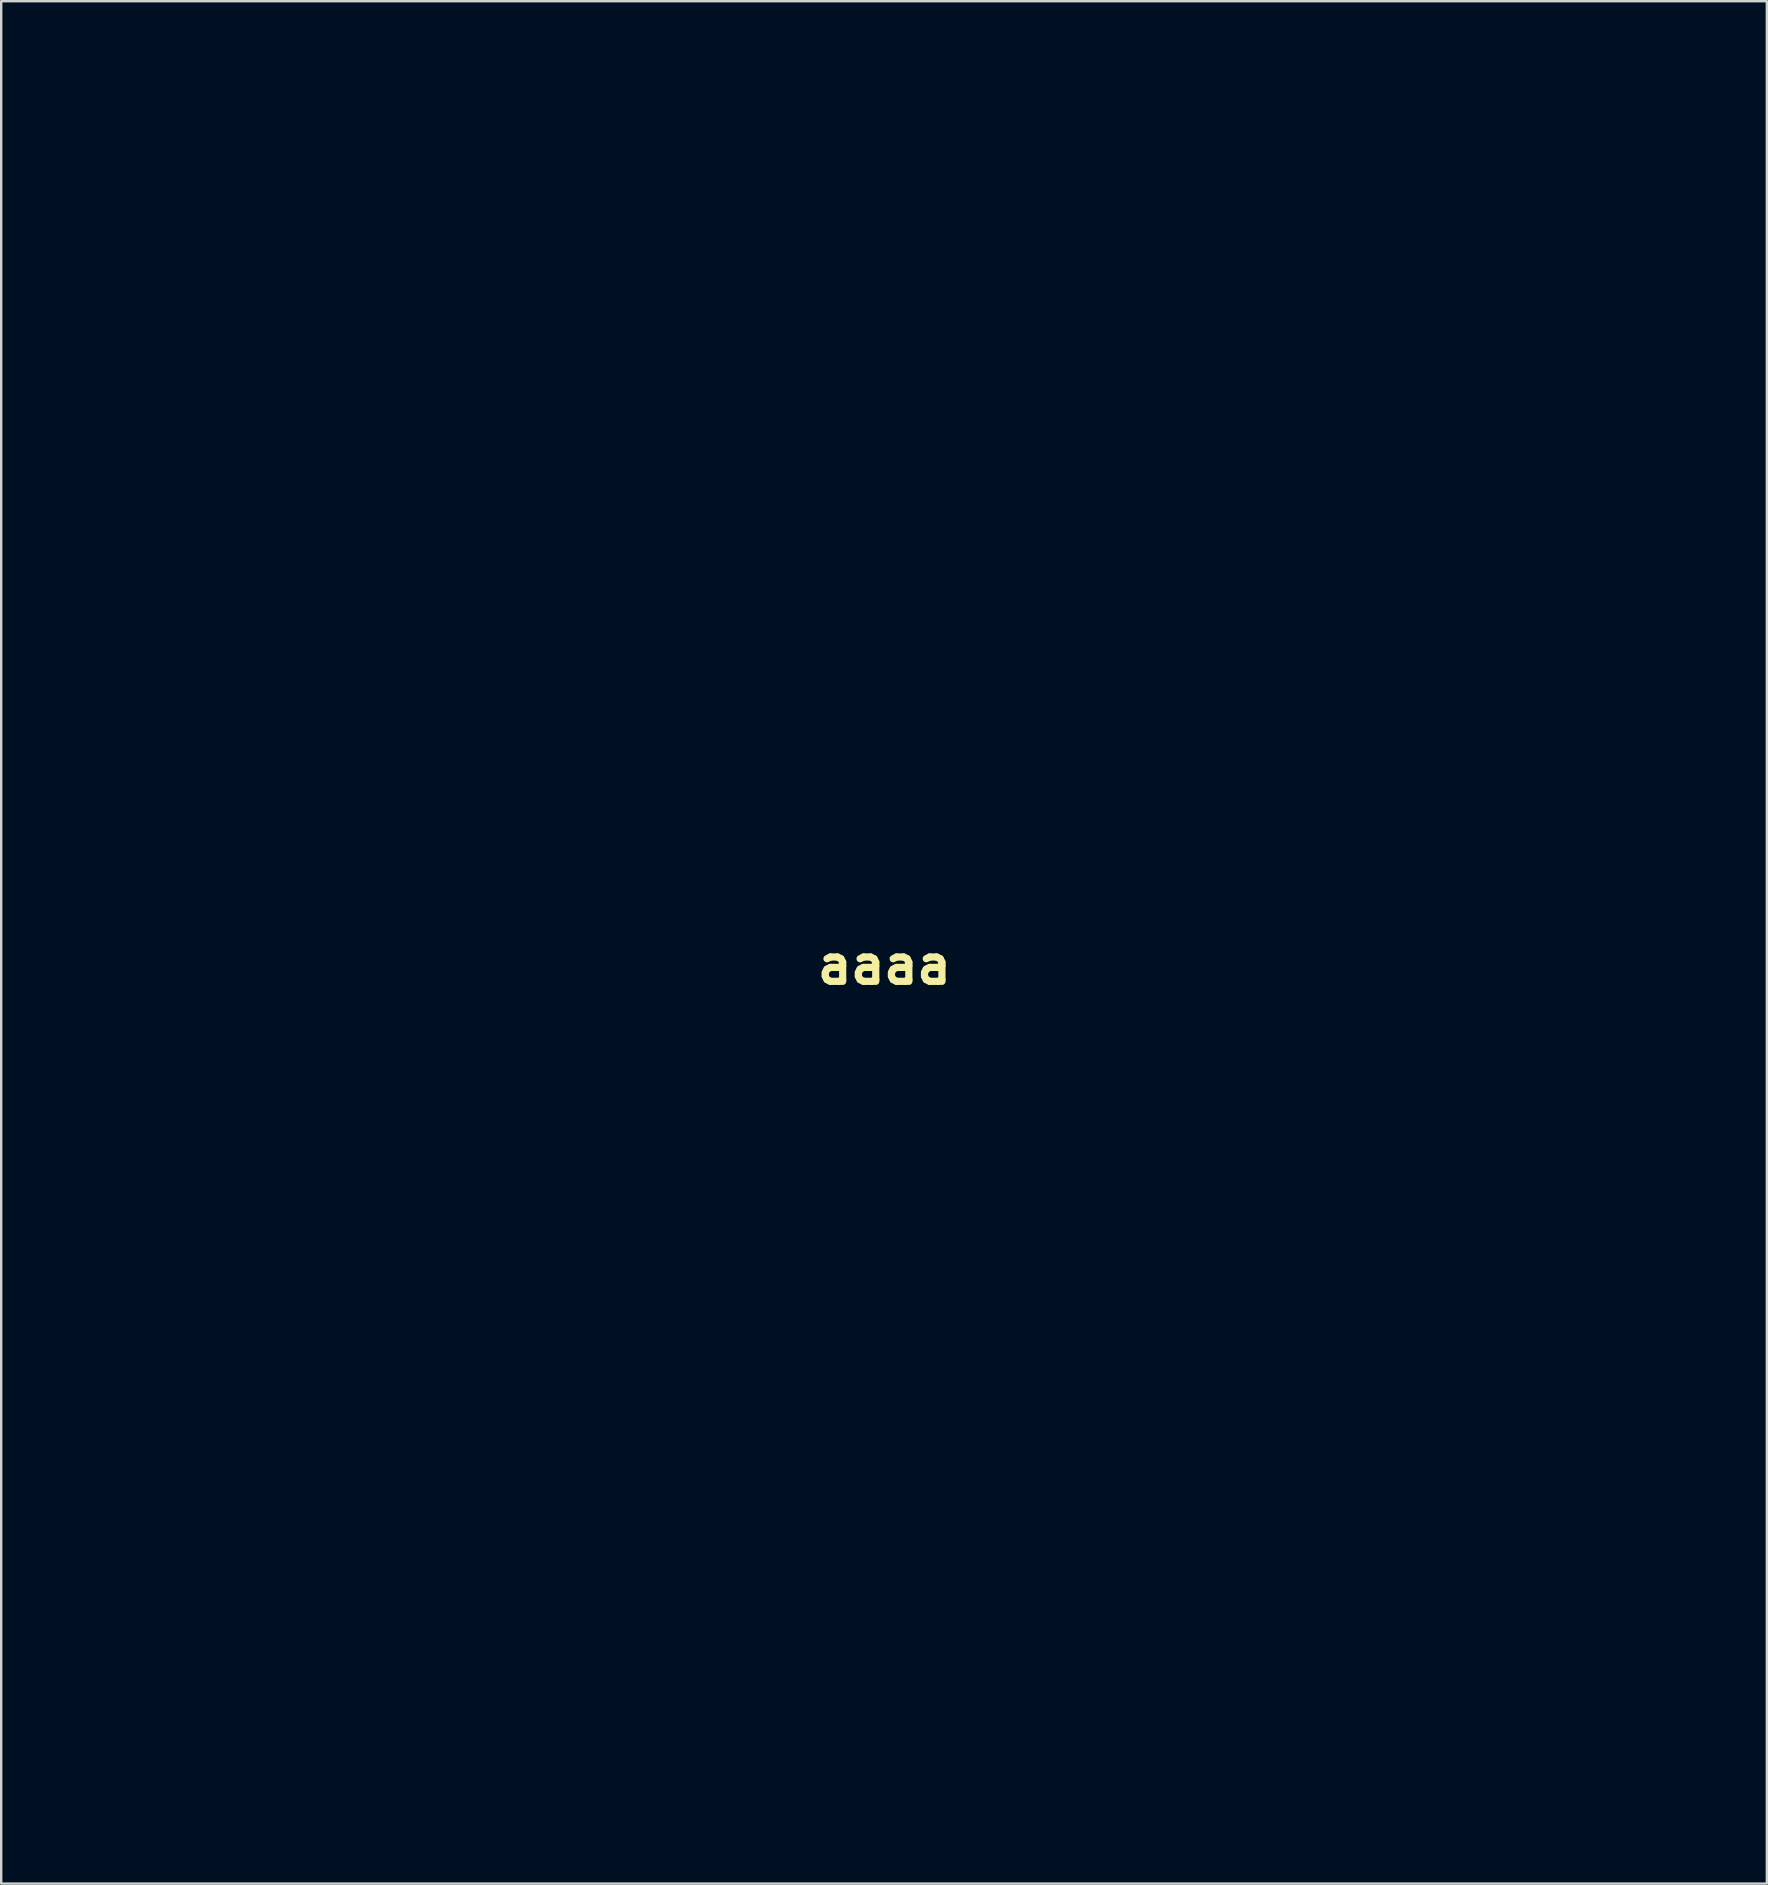
<source format=kicad_pcb>
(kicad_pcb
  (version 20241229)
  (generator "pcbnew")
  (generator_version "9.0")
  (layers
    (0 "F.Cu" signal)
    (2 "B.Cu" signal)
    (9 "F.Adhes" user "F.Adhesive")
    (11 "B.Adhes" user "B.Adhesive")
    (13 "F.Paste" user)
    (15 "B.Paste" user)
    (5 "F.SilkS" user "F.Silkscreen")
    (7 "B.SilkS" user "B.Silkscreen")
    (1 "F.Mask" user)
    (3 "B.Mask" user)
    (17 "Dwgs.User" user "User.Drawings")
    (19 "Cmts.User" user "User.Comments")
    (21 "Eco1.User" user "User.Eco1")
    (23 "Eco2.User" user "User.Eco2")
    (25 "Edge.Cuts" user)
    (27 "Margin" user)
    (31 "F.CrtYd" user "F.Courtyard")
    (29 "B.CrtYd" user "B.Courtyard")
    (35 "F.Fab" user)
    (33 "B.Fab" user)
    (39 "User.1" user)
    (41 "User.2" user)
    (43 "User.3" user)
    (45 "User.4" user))
  (footprint "aaaa"
    (layer "F.Cu")
    (at 33.812 37.161)
    (property "Reference" "aaaa" (at 0 0 0) (layer "F.SilkS") (effects (font (size 1.524 1.524) (thickness 0.3))))
    (attr board_only exclude_from_pos_files exclude_from_bom)
    (fp_poly (pts (xy 2.733 -5.808) (xy 3.219 -5.723) (xy 3.915 -5.503) (xy 4.518 -5.206) (xy 5.081 -4.801) (xy 5.547 -4.369) (xy 6.13 -3.709) (xy 6.569 -3.042) (xy 6.875 -2.335) (xy 7.062 -1.559) (xy 7.142 -0.68) (xy 7.147 -0.381) (xy 7.096 0.53) (xy 6.933 1.335) (xy 6.644 2.067) (xy 6.216 2.756) (xy 5.637 3.433) (xy 5.55 3.522) (xy 4.824 4.143) (xy 4.043 4.608) (xy 3.215 4.912) (xy 2.347 5.055) (xy 1.447 5.033) (xy 0.931 4.948) (xy 0.117 4.69) (xy -0.647 4.283) (xy -1.343 3.748) (xy -1.951 3.103) (xy -2.454 2.367) (xy -2.833 1.559) (xy -3.015 0.957) (xy -3.096 0.456) (xy -3.136 -0.134) (xy -3.136 -0.237) (xy -2.874 -0.237) (xy -2.843 0.334) (xy -2.775 0.824) (xy -2.744 0.961) (xy -2.46 1.753) (xy -2.036 2.503) (xy -1.497 3.186) (xy -0.866 3.774) (xy -0.166 4.243) (xy 0.469 4.53) (xy 0.986 4.66) (xy 1.596 4.733) (xy 2.237 4.747) (xy 2.843 4.7) (xy 3.308 4.605) (xy 4.121 4.278) (xy 4.861 3.81) (xy 5.511 3.219) (xy 6.056 2.525) (xy 6.477 1.745) (xy 6.761 0.898) (xy 6.819 0.617) (xy 6.906 0.026) (xy 6.933 -0.481) (xy 6.9 -0.98) (xy 6.822 -1.462) (xy 6.579 -2.318) (xy 6.195 -3.122) (xy 5.689 -3.85) (xy 5.078 -4.478) (xy 4.381 -4.983) (xy 4.021 -5.175) (xy 3.254 -5.448) (xy 2.427 -5.581) (xy 1.575 -5.574) (xy 0.732 -5.429) (xy -0.068 -5.145) (xy -0.169 -5.097) (xy -0.707 -4.758) (xy -1.24 -4.288) (xy -1.739 -3.722) (xy -2.176 -3.096) (xy -2.523 -2.446) (xy -2.749 -1.816) (xy -2.827 -1.373) (xy -2.869 -0.826) (xy -2.874 -0.237) (xy -3.136 -0.237) (xy -3.134 -0.749) (xy -3.092 -1.329) (xy -3.008 -1.808) (xy -3.005 -1.82) (xy -2.696 -2.697) (xy -2.254 -3.505) (xy -1.695 -4.225) (xy -1.036 -4.837) (xy -0.294 -5.322) (xy 0.222 -5.558) (xy 0.767 -5.712) (xy 1.409 -5.808) (xy 2.086 -5.841)) (stroke (width 0) (type solid)) (fill yes) (layer "F.Mask"))
    (fp_poly (pts (xy 13.599 -9.163) (xy 14.303 -8.994) (xy 14.97 -8.706) (xy 15.58 -8.304) (xy 16.116 -7.794) (xy 16.558 -7.18) (xy 16.888 -6.469) (xy 17.018 -6.021) (xy 17.083 -5.533) (xy 17.082 -4.963) (xy 17.022 -4.382) (xy 16.905 -3.862) (xy 16.856 -3.717) (xy 16.535 -3.071) (xy 16.092 -2.469) (xy 15.559 -1.945) (xy 14.969 -1.533) (xy 14.566 -1.34) (xy 14.123 -1.217) (xy 13.577 -1.142) (xy 12.987 -1.115) (xy 12.414 -1.139) (xy 11.917 -1.214) (xy 11.749 -1.261) (xy 11.029 -1.584) (xy 10.715 -1.807) (xy 11.548 -1.807) (xy 11.56 -1.688) (xy 11.561 -1.688) (xy 11.709 -1.58) (xy 11.987 -1.49) (xy 12.354 -1.422) (xy 12.77 -1.379) (xy 13.196 -1.366) (xy 13.592 -1.387) (xy 13.906 -1.444) (xy 14.114 -1.516) (xy 14.203 -1.619) (xy 14.224 -1.814) (xy 14.224 -1.854) (xy 14.154 -2.386) (xy 13.945 -2.823) (xy 13.599 -3.161) (xy 13.335 -3.311) (xy 12.864 -3.46) (xy 12.442 -3.448) (xy 12.074 -3.277) (xy 11.975 -3.196) (xy 11.807 -3.022) (xy 11.703 -2.842) (xy 11.636 -2.599) (xy 11.595 -2.342) (xy 11.56 -2.042) (xy 11.548 -1.807) (xy 10.715 -1.807) (xy 10.372 -2.051) (xy 10.057 -2.354) (xy 9.565 -2.978) (xy 9.227 -3.643) (xy 9.034 -4.374) (xy 8.976 -5.161) (xy 9.014 -5.635) (xy 11.351 -5.635) (xy 11.4 -5.185) (xy 11.564 -4.763) (xy 11.829 -4.414) (xy 12.116 -4.209) (xy 12.443 -4.109) (xy 12.839 -4.071) (xy 13.229 -4.097) (xy 13.54 -4.188) (xy 13.546 -4.191) (xy 13.909 -4.47) (xy 14.16 -4.864) (xy 14.286 -5.35) (xy 14.293 -5.424) (xy 14.301 -5.744) (xy 14.259 -5.984) (xy 14.146 -6.231) (xy 14.099 -6.312) (xy 13.803 -6.669) (xy 13.429 -6.9) (xy 13.01 -7.008) (xy 12.578 -6.994) (xy 12.165 -6.864) (xy 11.803 -6.618) (xy 11.524 -6.261) (xy 11.435 -6.069) (xy 11.351 -5.635) (xy 9.014 -5.635) (xy 9.039 -5.952) (xy 9.234 -6.656) (xy 9.573 -7.303) (xy 10.067 -7.92) (xy 10.167 -8.024) (xy 10.78 -8.534) (xy 11.448 -8.897) (xy 12.153 -9.12) (xy 12.876 -9.206)) (stroke (width 0) (type solid)) (fill yes) (layer "F.Mask"))
    (fp_poly (pts (xy -12.603 -37.147) (xy -11.699 -37.105) (xy -10.828 -37.036) (xy -10.027 -36.943) (xy -9.334 -36.828) (xy -8.975 -36.746) (xy -8.753 -36.689) (xy -8.428 -36.607) (xy -8.06 -36.514) (xy -7.959 -36.489) (xy -6.389 -36.03) (xy -4.776 -35.432) (xy -3.148 -34.707) (xy -1.533 -33.87) (xy 0.041 -32.935) (xy 1.32 -32.074) (xy 2.219 -31.417) (xy 3.066 -30.76) (xy 3.884 -30.081) (xy 4.699 -29.358) (xy 5.535 -28.57) (xy 6.416 -27.693) (xy 7.367 -26.707) (xy 7.601 -26.459) (xy 8.085 -25.946) (xy 8.571 -25.431) (xy 9.034 -24.94) (xy 9.453 -24.497) (xy 9.804 -24.127) (xy 10.064 -23.853) (xy 10.082 -23.834) (xy 10.322 -23.581) (xy 10.657 -23.226) (xy 11.065 -22.791) (xy 11.527 -22.3) (xy 12.02 -21.773) (xy 12.524 -21.235) (xy 12.745 -20.997) (xy 13.397 -20.305) (xy 14.128 -19.542) (xy 14.92 -18.725) (xy 15.755 -17.871) (xy 16.617 -16.998) (xy 17.488 -16.123) (xy 18.351 -15.264) (xy 19.189 -14.436) (xy 19.983 -13.659) (xy 20.718 -12.949) (xy 21.375 -12.323) (xy 21.937 -11.799) (xy 22.056 -11.691) (xy 23.451 -10.441) (xy 24.762 -9.309) (xy 26.011 -8.277) (xy 27.219 -7.331) (xy 28.406 -6.455) (xy 29.595 -5.633) (xy 30.806 -4.849) (xy 32.06 -4.088) (xy 33.035 -3.526) (xy 33.301 -3.352) (xy 33.528 -3.163) (xy 33.606 -3.079) (xy 33.746 -2.776) (xy 33.776 -2.403) (xy 33.694 -2.017) (xy 33.625 -1.861) (xy 33.53 -1.602) (xy 33.457 -1.248) (xy 33.426 -0.974) (xy 33.301 -0.3) (xy 33.023 0.302) (xy 32.622 0.807) (xy 32.459 0.96) (xy 32.187 1.197) (xy 31.832 1.497) (xy 31.419 1.839) (xy 30.973 2.203) (xy 30.817 2.328) (xy 30.321 2.728) (xy 29.807 3.143) (xy 29.313 3.545) (xy 28.875 3.905) (xy 28.527 4.191) (xy 28.492 4.221) (xy 27.808 4.807) (xy 27.024 5.505) (xy 26.152 6.304) (xy 25.205 7.191) (xy 24.197 8.152) (xy 23.141 9.176) (xy 22.048 10.249) (xy 20.933 11.359) (xy 19.808 12.494) (xy 18.687 13.64) (xy 17.582 14.784) (xy 16.506 15.916) (xy 16.384 16.044) (xy 15.11 17.393) (xy 13.939 18.625) (xy 12.858 19.751) (xy 11.859 20.782) (xy 10.929 21.726) (xy 10.06 22.596) (xy 9.239 23.4) (xy 8.457 24.149) (xy 7.702 24.854) (xy 6.965 25.524) (xy 6.234 26.17) (xy 5.5 26.801) (xy 4.75 27.429) (xy 3.976 28.063) (xy 3.59 28.374) (xy 1.752 29.781) (xy -0.059 31.023) (xy -1.849 32.104) (xy -3.622 33.026) (xy -5.384 33.792) (xy -7.14 34.404) (xy -8.895 34.865) (xy -10.654 35.176) (xy -10.705 35.183) (xy -11.168 35.229) (xy -11.746 35.263) (xy -12.399 35.285) (xy -13.083 35.294) (xy -13.757 35.29) (xy -14.38 35.273) (xy -14.909 35.243) (xy -15.24 35.209) (xy -17.186 34.867) (xy -19.113 34.379) (xy -20.989 33.757) (xy -22.781 33.01) (xy -23.407 32.709) (xy -24.852 31.901) (xy -26.227 30.961) (xy -27.516 29.904) (xy -28.701 28.748) (xy -29.763 27.509) (xy -30.685 26.202) (xy -30.918 25.823) (xy -31.645 24.441) (xy -32.254 22.957) (xy -32.741 21.39) (xy -33.105 19.762) (xy -33.341 18.094) (xy -33.448 16.405) (xy -33.422 14.717) (xy -33.262 13.05) (xy -32.964 11.425) (xy -32.841 10.922) (xy -32.274 9.066) (xy -31.566 7.288) (xy -30.722 5.598) (xy -29.748 4.003) (xy -28.647 2.511) (xy -27.426 1.13) (xy -26.088 -0.132) (xy -25.873 -0.315) (xy -25.571 -0.57) (xy -25.322 -0.786) (xy -25.153 -0.94) (xy -25.088 -1.008) (xy -25.144 -1.076) (xy -25.311 -1.224) (xy -25.56 -1.428) (xy -25.845 -1.651) (xy -26.374 -2.082) (xy -26.973 -2.61) (xy -27.604 -3.201) (xy -28.232 -3.819) (xy -28.819 -4.429) (xy -29.33 -4.996) (xy -29.438 -5.122) (xy -30.55 -6.565) (xy -31.5 -8.055) (xy -32.288 -9.588) (xy -32.914 -11.16) (xy -33.377 -12.765) (xy -33.676 -14.399) (xy -33.812 -16.055) (xy -33.81 -16.13) (xy -33.509 -16.13) (xy -33.487 -15.503) (xy -33.454 -15.085) (xy -33.236 -13.67) (xy -32.897 -12.239) (xy -32.45 -10.834) (xy -31.907 -9.491) (xy -31.283 -8.251) (xy -31.013 -7.792) (xy -30.474 -6.984) (xy -29.82 -6.118) (xy -29.082 -5.225) (xy -28.287 -4.336) (xy -27.464 -3.483) (xy -26.643 -2.698) (xy -25.852 -2.013) (xy -25.555 -1.778) (xy -25.211 -1.51) (xy -24.984 -1.32) (xy -24.854 -1.188) (xy -24.804 -1.091) (xy -24.812 -1.009) (xy -24.827 -0.977) (xy -24.91 -0.874) (xy -25.096 -0.669) (xy -25.371 -0.38) (xy -25.718 -0.023) (xy -26.121 0.385) (xy -26.562 0.826) (xy -26.626 0.889) (xy -27.472 1.748) (xy -28.201 2.537) (xy -28.833 3.281) (xy -29.39 4.01) (xy -29.892 4.751) (xy -30.358 5.531) (xy -30.81 6.378) (xy -31.028 6.816) (xy -31.773 8.521) (xy -32.365 10.259) (xy -32.804 12.017) (xy -33.09 13.786) (xy -33.222 15.554) (xy -33.201 17.31) (xy -33.026 19.045) (xy -32.698 20.747) (xy -32.215 22.405) (xy -31.579 24.009) (xy -31.236 24.723) (xy -30.478 26.07) (xy -29.631 27.296) (xy -28.67 28.432) (xy -27.569 29.511) (xy -27.419 29.644) (xy -26.006 30.778) (xy -24.482 31.789) (xy -22.854 32.672) (xy -21.129 33.426) (xy -19.314 34.046) (xy -17.418 34.53) (xy -15.446 34.875) (xy -14.732 34.963) (xy -14.063 35.01) (xy -13.277 35.023) (xy -12.422 35.003) (xy -11.546 34.953) (xy -10.697 34.874) (xy -9.924 34.768) (xy -9.864 34.758) (xy -8.339 34.442) (xy -6.82 34.008) (xy -5.297 33.451) (xy -3.757 32.765) (xy -2.191 31.947) (xy -0.586 30.989) (xy 1.069 29.886) (xy 2.453 28.884) (xy 3.32 28.223) (xy 4.19 27.53) (xy 5.073 26.8) (xy 5.976 26.022) (xy 6.908 25.19) (xy 7.877 24.295) (xy 8.893 23.329) (xy 9.962 22.284) (xy 11.095 21.152) (xy 12.299 19.925) (xy 13.582 18.595) (xy 14.953 17.154) (xy 16.421 15.593) (xy 16.99 14.984) (xy 17.446 14.503) (xy 18 13.927) (xy 18.632 13.278) (xy 19.324 12.574) (xy 20.054 11.837) (xy 20.802 11.086) (xy 21.549 10.342) (xy 22.274 9.624) (xy 22.958 8.953) (xy 23.579 8.348) (xy 24.119 7.831) (xy 24.461 7.509) (xy 24.773 7.214) (xy 25.032 6.963) (xy 25.216 6.776) (xy 25.304 6.673) (xy 25.308 6.661) (xy 25.227 6.609) (xy 25.031 6.483) (xy 24.746 6.301) (xy 24.399 6.081) (xy 24.292 6.013) (xy 23.861 5.733) (xy 23.54 5.503) (xy 23.293 5.292) (xy 23.081 5.067) (xy 22.869 4.798) (xy 22.868 4.797) (xy 22.486 4.221) (xy 22.112 3.54) (xy 21.776 2.82) (xy 21.509 2.123) (xy 21.405 1.778) (xy 21.329 1.468) (xy 21.275 1.173) (xy 21.24 0.853) (xy 21.22 0.466) (xy 21.212 -0.029) (xy 21.211 -0.339) (xy 21.231 -0.889) (xy 21.449 -0.889) (xy 21.459 0.335) (xy 21.629 1.501) (xy 21.958 2.613) (xy 22.448 3.674) (xy 22.996 4.546) (xy 23.168 4.771) (xy 23.349 4.966) (xy 23.57 5.156) (xy 23.863 5.368) (xy 24.26 5.627) (xy 24.448 5.746) (xy 24.828 5.983) (xy 25.158 6.184) (xy 25.41 6.334) (xy 25.558 6.417) (xy 25.585 6.429) (xy 25.659 6.376) (xy 25.847 6.224) (xy 26.133 5.983) (xy 26.505 5.666) (xy 26.947 5.286) (xy 27.446 4.853) (xy 27.988 4.38) (xy 28.125 4.261) (xy 29.007 3.488) (xy 29.77 2.818) (xy 30.424 2.242) (xy 30.977 1.752) (xy 31.44 1.34) (xy 31.819 0.997) (xy 32.126 0.715) (xy 32.368 0.484) (xy 32.556 0.298) (xy 32.697 0.147) (xy 32.802 0.023) (xy 32.878 -0.083) (xy 32.936 -0.179) (xy 32.968 -0.24) (xy 33.099 -0.542) (xy 33.199 -0.845) (xy 33.224 -0.953) (xy 33.282 -1.27) (xy 31.695 -1.27) (xy 31.176 -1.274) (xy 30.746 -1.284) (xy 30.424 -1.3) (xy 30.232 -1.321) (xy 30.188 -1.344) (xy 30.287 -1.371) (xy 30.522 -1.41) (xy 30.858 -1.457) (xy 31.262 -1.508) (xy 31.7 -1.56) (xy 32.14 -1.608) (xy 32.546 -1.649) (xy 32.886 -1.679) (xy 33.127 -1.693) (xy 33.173 -1.694) (xy 33.269 -1.765) (xy 33.389 -1.945) (xy 33.449 -2.067) (xy 33.533 -2.293) (xy 33.561 -2.493) (xy 33.52 -2.681) (xy 33.396 -2.872) (xy 33.177 -3.081) (xy 32.849 -3.322) (xy 32.399 -3.61) (xy 31.815 -3.959) (xy 31.708 -4.022) (xy 30.614 -4.674) (xy 29.644 -5.278) (xy 28.767 -5.853) (xy 27.953 -6.423) (xy 27.171 -7.006) (xy 26.482 -7.549) (xy 26.161 -7.802) (xy 25.881 -8.011) (xy 25.672 -8.155) (xy 25.562 -8.212) (xy 25.559 -8.213) (xy 25.401 -8.152) (xy 25.156 -7.983) (xy 24.847 -7.73) (xy 24.496 -7.412) (xy 24.127 -7.053) (xy 23.761 -6.674) (xy 23.421 -6.298) (xy 23.13 -5.945) (xy 22.934 -5.673) (xy 22.388 -4.73) (xy 21.974 -3.748) (xy 21.681 -2.701) (xy 21.502 -1.561) (xy 21.449 -0.889) (xy 21.231 -0.889) (xy 21.255 -1.534) (xy 21.398 -2.614) (xy 21.648 -3.605) (xy 22.012 -4.535) (xy 22.499 -5.431) (xy 22.956 -6.105) (xy 23.249 -6.468) (xy 23.634 -6.891) (xy 24.067 -7.331) (xy 24.504 -7.744) (xy 24.903 -8.086) (xy 25.001 -8.163) (xy 25.184 -8.318) (xy 25.287 -8.436) (xy 25.297 -8.47) (xy 25.228 -8.543) (xy 25.05 -8.707) (xy 24.784 -8.945) (xy 24.449 -9.239) (xy 24.065 -9.571) (xy 24.023 -9.607) (xy 22.143 -11.262) (xy 20.217 -13.039) (xy 18.277 -14.907) (xy 16.353 -16.836) (xy 15.117 -18.119) (xy 14.724 -18.533) (xy 14.312 -18.965) (xy 13.921 -19.376) (xy 13.59 -19.725) (xy 13.467 -19.854) (xy 13.253 -20.081) (xy 12.943 -20.412) (xy 12.557 -20.827) (xy 12.114 -21.306) (xy 11.632 -21.827) (xy 11.13 -22.371) (xy 10.797 -22.733) (xy 9.914 -23.686) (xy 9.03 -24.626) (xy 8.16 -25.536) (xy 7.319 -26.403) (xy 6.52 -27.212) (xy 5.78 -27.948) (xy 5.112 -28.597) (xy 4.53 -29.143) (xy 4.18 -29.458) (xy 2.473 -30.869) (xy 0.713 -32.149) (xy -1.089 -33.291) (xy -2.924 -34.291) (xy -4.779 -35.142) (xy -6.646 -35.84) (xy -8.512 -36.379) (xy -9.864 -36.668) (xy -10.84 -36.804) (xy -11.93 -36.885) (xy -13.088 -36.911) (xy -14.267 -36.883) (xy -15.421 -36.8) (xy -16.505 -36.664) (xy -16.849 -36.605) (xy -18.267 -36.273) (xy -19.716 -35.794) (xy -21.17 -35.182) (xy -22.603 -34.449) (xy -23.987 -33.608) (xy -25.296 -32.671) (xy -25.569 -32.456) (xy -26.066 -32.034) (xy -26.622 -31.524) (xy -27.202 -30.963) (xy -27.768 -30.387) (xy -28.284 -29.833) (xy -28.715 -29.337) (xy -28.818 -29.21) (xy -29.94 -27.661) (xy -30.931 -26.014) (xy -31.782 -24.286) (xy -32.486 -22.494) (xy -33.034 -20.656) (xy -33.323 -19.346) (xy -33.394 -18.85) (xy -33.45 -18.233) (xy -33.489 -17.542) (xy -33.509 -16.826) (xy -33.509 -16.13) (xy -33.81 -16.13) (xy -33.782 -17.731) (xy -33.588 -19.42) (xy -33.228 -21.118) (xy -32.701 -22.82) (xy -32.008 -24.521) (xy -31.655 -25.257) (xy -30.759 -26.874) (xy -29.74 -28.4) (xy -28.608 -29.828) (xy -27.374 -31.151) (xy -26.047 -32.363) (xy -24.637 -33.455) (xy -23.154 -34.421) (xy -21.608 -35.254) (xy -20.01 -35.946) (xy -18.369 -36.49) (xy -16.696 -36.879) (xy -15.141 -37.093) (xy -14.362 -37.143) (xy -13.503 -37.161)) (stroke (width 0) (type solid)) (fill yes) (layer "F.Mask")))
  (gr_rect
    (start -3 -3)
    (end 70.588 75.454)
    (stroke (width 0.1) (type default))
    (fill no)
    (layer "Edge.Cuts")))
</source>
